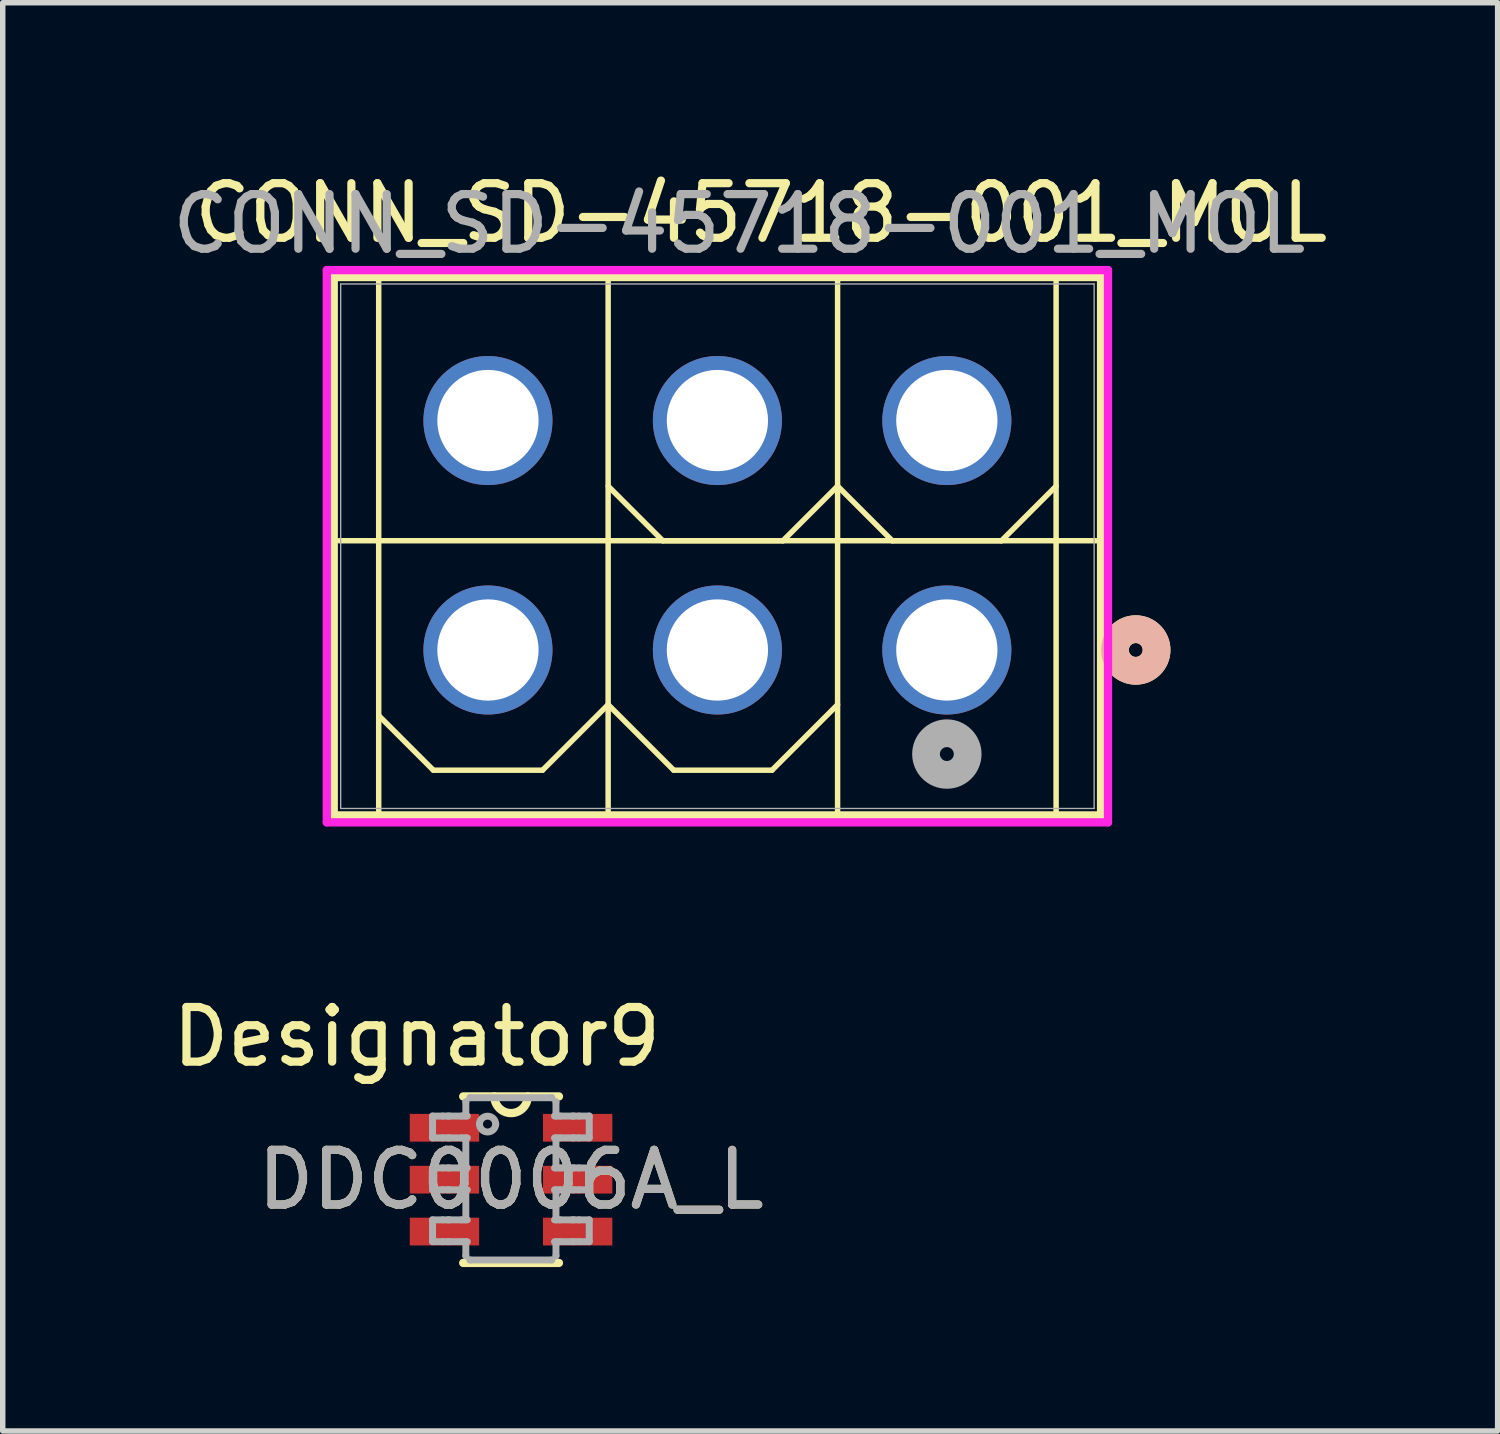
<source format=kicad_pcb>
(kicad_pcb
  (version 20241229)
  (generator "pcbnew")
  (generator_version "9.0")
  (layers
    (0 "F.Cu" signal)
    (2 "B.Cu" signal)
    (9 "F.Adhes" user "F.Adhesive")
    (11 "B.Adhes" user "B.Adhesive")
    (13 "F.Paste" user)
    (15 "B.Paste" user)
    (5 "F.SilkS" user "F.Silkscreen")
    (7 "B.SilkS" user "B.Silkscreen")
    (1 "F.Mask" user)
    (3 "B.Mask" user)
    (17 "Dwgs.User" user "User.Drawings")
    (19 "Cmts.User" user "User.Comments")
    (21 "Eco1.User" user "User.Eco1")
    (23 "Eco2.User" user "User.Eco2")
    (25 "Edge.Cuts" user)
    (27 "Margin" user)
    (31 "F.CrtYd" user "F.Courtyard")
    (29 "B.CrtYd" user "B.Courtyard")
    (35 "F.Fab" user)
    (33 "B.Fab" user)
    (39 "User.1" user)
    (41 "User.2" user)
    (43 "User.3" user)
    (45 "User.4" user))
  (footprint "CONN_SD-45718-001_MOL"
    (layer "F.Cu")
    (at 14.282 8.848)
    (property "Reference" "CONN_SD-45718-001_MOL" (at -3.4 -8 0) (unlocked yes) (layer "F.SilkS") (effects (font (size 1 1) (thickness 0.15))))
    (attr through_hole)
    (fp_line (start -11.223 -6.827) (end -11.223 3.028) (stroke (width 0.152) (type solid)) (layer "F.SilkS"))
    (fp_line (start -11.223 3.028) (end 2.823 3.028) (stroke (width 0.152) (type solid)) (layer "F.SilkS"))
    (fp_line (start -11.123 -2) (end 2.8 -2) (stroke (width 0.1) (type default)) (layer "F.SilkS"))
    (fp_line (start -10.4 1.2) (end -9.4 2.2) (stroke (width 0.1) (type default)) (layer "F.SilkS"))
    (fp_line (start -10.4 3) (end -10.4 -6.8) (stroke (width 0.1) (type default)) (layer "F.SilkS"))
    (fp_line (start -9.4 2.2) (end -7.4 2.2) (stroke (width 0.1) (type default)) (layer "F.SilkS"))
    (fp_line (start -7.4 2.2) (end -6.2 1) (stroke (width 0.1) (type default)) (layer "F.SilkS"))
    (fp_line (start -6.2 -6.8) (end -6.2 3) (stroke (width 0.1) (type default)) (layer "F.SilkS"))
    (fp_line (start -6.2 -3) (end -5.2 -2) (stroke (width 0.1) (type default)) (layer "F.SilkS"))
    (fp_line (start -6.2 1) (end -5 2.2) (stroke (width 0.1) (type default)) (layer "F.SilkS"))
    (fp_line (start -5.2 -2) (end -3 -2) (stroke (width 0.1) (type default)) (layer "F.SilkS"))
    (fp_line (start -5 2.2) (end -3.2 2.2) (stroke (width 0.1) (type default)) (layer "F.SilkS"))
    (fp_line (start -3.2 2.2) (end -2 1) (stroke (width 0.1) (type default)) (layer "F.SilkS"))
    (fp_line (start -3 -2) (end -2 -3) (stroke (width 0.1) (type default)) (layer "F.SilkS"))
    (fp_line (start -2 -3) (end -1 -2) (stroke (width 0.1) (type default)) (layer "F.SilkS"))
    (fp_line (start -2 3) (end -2 -6.8) (stroke (width 0.1) (type default)) (layer "F.SilkS"))
    (fp_line (start -1 -2) (end 1 -2) (stroke (width 0.1) (type default)) (layer "F.SilkS"))
    (fp_line (start 1 -2) (end 2 -3) (stroke (width 0.1) (type default)) (layer "F.SilkS"))
    (fp_line (start 2 -6.8) (end 2 3) (stroke (width 0.1) (type default)) (layer "F.SilkS"))
    (fp_line (start 2.823 -6.827) (end -11.223 -6.827) (stroke (width 0.152) (type solid)) (layer "F.SilkS"))
    (fp_line (start 2.823 3.028) (end 2.823 -6.827) (stroke (width 0.152) (type solid)) (layer "F.SilkS"))
    (fp_circle (center 3.458 0) (end 3.839 0) (stroke (width 0.508) (type solid)) (fill no) (layer "F.SilkS"))
    (fp_circle (center 3.458 0) (end 3.839 0) (stroke (width 0.508) (type solid)) (fill no) (layer "B.SilkS"))
    (fp_line (start -11.35 -6.954) (end -11.35 3.155) (stroke (width 0.152) (type solid)) (layer "F.CrtYd"))
    (fp_line (start -11.35 3.155) (end 2.95 3.155) (stroke (width 0.152) (type solid)) (layer "F.CrtYd"))
    (fp_line (start 2.95 -6.954) (end -11.35 -6.954) (stroke (width 0.152) (type solid)) (layer "F.CrtYd"))
    (fp_line (start 2.95 3.155) (end 2.95 -6.954) (stroke (width 0.152) (type solid)) (layer "F.CrtYd"))
    (fp_line (start -11.096 -6.7) (end -11.096 2.901) (stroke (width 0.025) (type solid)) (layer "F.Fab"))
    (fp_line (start -11.096 2.901) (end 2.696 2.901) (stroke (width 0.025) (type solid)) (layer "F.Fab"))
    (fp_line (start 2.696 -6.7) (end -11.096 -6.7) (stroke (width 0.025) (type solid)) (layer "F.Fab"))
    (fp_line (start 2.696 2.901) (end 2.696 -6.7) (stroke (width 0.025) (type solid)) (layer "F.Fab"))
    (fp_circle (center 0 1.905) (end 0.381 1.905) (stroke (width 0.508) (type solid)) (fill no) (layer "F.Fab"))
    (fp_text user "${REFERENCE}" (at -3.8 -7.8 0) (unlocked yes) (layer "F.Fab") (effects (font (size 1 1) (thickness 0.15))))
    (pad "1" thru_hole circle (at 0 0) (size 2.362 2.362) (drill 1.854) (layers "*.Cu" "*.Mask"))
    (pad "2" thru_hole circle (at -4.2 0) (size 2.362 2.362) (drill 1.854) (layers "*.Cu" "*.Mask"))
    (pad "3" thru_hole circle (at -8.4 0) (size 2.362 2.362) (drill 1.854) (layers "*.Cu" "*.Mask"))
    (pad "4" thru_hole circle (at 0 -4.2) (size 2.362 2.362) (drill 1.854) (layers "*.Cu" "*.Mask"))
    (pad "5" thru_hole circle (at -4.2 -4.2) (size 2.362 2.362) (drill 1.854) (layers "*.Cu" "*.Mask"))
    (pad "6" thru_hole circle (at -8.4 -4.2) (size 2.362 2.362) (drill 1.854) (layers "*.Cu" "*.Mask")))
  (footprint "DDC0006A_L"
    (layer "F.Cu")
    (at 6.305 18.544)
    (property "Reference" "DDC0006A_L" (at 0 0 0) (unlocked yes) (layer "F.SilkS") (effects (font (size 1 1) (thickness 0.15))))
    (attr smd)
    (fp_line (start -0.876 -1.524) (end 0.876 -1.524) (stroke (width 0.152) (type solid)) (layer "F.SilkS"))
    (fp_line (start -0.876 1.524) (end 0.876 1.524) (stroke (width 0.152) (type solid)) (layer "F.SilkS"))
    (fp_arc (start 0.3048 -1.524) (mid 0 -1.2192) (end -0.3048 -1.524) (stroke (width 0.1524) (type solid)) (layer "F.SilkS"))
    (fp_line (start -1.437 -1.165) (end -1.251 -1.165) (stroke (width 0.127) (type solid)) (layer "F.Fab"))
    (fp_line (start -1.437 -0.765) (end -1.437 -1.165) (stroke (width 0.127) (type solid)) (layer "F.Fab"))
    (fp_line (start -1.437 -0.765) (end -1.251 -0.765) (stroke (width 0.127) (type solid)) (layer "F.Fab"))
    (fp_line (start -1.437 -0.215) (end -1.251 -0.215) (stroke (width 0.127) (type solid)) (layer "F.Fab"))
    (fp_line (start -1.437 0.185) (end -1.437 -0.215) (stroke (width 0.127) (type solid)) (layer "F.Fab"))
    (fp_line (start -1.437 0.185) (end -1.251 0.185) (stroke (width 0.127) (type solid)) (layer "F.Fab"))
    (fp_line (start -1.437 0.735) (end -1.251 0.735) (stroke (width 0.127) (type solid)) (layer "F.Fab"))
    (fp_line (start -1.437 1.135) (end -1.437 0.735) (stroke (width 0.127) (type solid)) (layer "F.Fab"))
    (fp_line (start -1.437 1.135) (end -1.251 1.135) (stroke (width 0.127) (type solid)) (layer "F.Fab"))
    (fp_line (start -1.251 -1.165) (end -1.159 -1.165) (stroke (width 0.127) (type solid)) (layer "F.Fab"))
    (fp_line (start -1.251 -0.765) (end -1.159 -0.765) (stroke (width 0.127) (type solid)) (layer "F.Fab"))
    (fp_line (start -1.251 -0.215) (end -1.159 -0.215) (stroke (width 0.127) (type solid)) (layer "F.Fab"))
    (fp_line (start -1.251 0.185) (end -1.159 0.185) (stroke (width 0.127) (type solid)) (layer "F.Fab"))
    (fp_line (start -1.251 0.735) (end -1.159 0.735) (stroke (width 0.127) (type solid)) (layer "F.Fab"))
    (fp_line (start -1.251 1.135) (end -1.159 1.135) (stroke (width 0.127) (type solid)) (layer "F.Fab"))
    (fp_line (start -1.159 -1.165) (end -1.128 -1.165) (stroke (width 0.127) (type solid)) (layer "F.Fab"))
    (fp_line (start -1.159 -0.765) (end -1.128 -0.765) (stroke (width 0.127) (type solid)) (layer "F.Fab"))
    (fp_line (start -1.159 -0.215) (end -1.128 -0.215) (stroke (width 0.127) (type solid)) (layer "F.Fab"))
    (fp_line (start -1.159 0.185) (end -1.128 0.185) (stroke (width 0.127) (type solid)) (layer "F.Fab"))
    (fp_line (start -1.159 0.735) (end -1.128 0.735) (stroke (width 0.127) (type solid)) (layer "F.Fab"))
    (fp_line (start -1.159 1.135) (end -1.128 1.135) (stroke (width 0.127) (type solid)) (layer "F.Fab"))
    (fp_line (start -1.128 -1.165) (end -0.903 -1.165) (stroke (width 0.127) (type solid)) (layer "F.Fab"))
    (fp_line (start -1.128 -0.765) (end -0.903 -0.765) (stroke (width 0.127) (type solid)) (layer "F.Fab"))
    (fp_line (start -1.128 -0.215) (end -0.903 -0.215) (stroke (width 0.127) (type solid)) (layer "F.Fab"))
    (fp_line (start -1.128 0.185) (end -0.903 0.185) (stroke (width 0.127) (type solid)) (layer "F.Fab"))
    (fp_line (start -1.128 0.735) (end -0.903 0.735) (stroke (width 0.127) (type solid)) (layer "F.Fab"))
    (fp_line (start -1.128 1.135) (end -0.903 1.135) (stroke (width 0.127) (type solid)) (layer "F.Fab"))
    (fp_line (start -0.903 -1.165) (end -0.801 -1.165) (stroke (width 0.127) (type solid)) (layer "F.Fab"))
    (fp_line (start -0.903 -0.765) (end -0.801 -0.765) (stroke (width 0.127) (type solid)) (layer "F.Fab"))
    (fp_line (start -0.903 -0.215) (end -0.801 -0.215) (stroke (width 0.127) (type solid)) (layer "F.Fab"))
    (fp_line (start -0.903 0.185) (end -0.801 0.185) (stroke (width 0.127) (type solid)) (layer "F.Fab"))
    (fp_line (start -0.903 0.735) (end -0.801 0.735) (stroke (width 0.127) (type solid)) (layer "F.Fab"))
    (fp_line (start -0.903 1.135) (end -0.801 1.135) (stroke (width 0.127) (type solid)) (layer "F.Fab"))
    (fp_line (start -0.828 -1.422) (end -0.828 -1.426) (stroke (width 0.127) (type solid)) (layer "F.Fab"))
    (fp_line (start -0.828 -1.165) (end -0.828 -1.422) (stroke (width 0.127) (type solid)) (layer "F.Fab"))
    (fp_line (start -0.828 -0.215) (end -0.828 -0.765) (stroke (width 0.127) (type solid)) (layer "F.Fab"))
    (fp_line (start -0.828 0.735) (end -0.828 0.185) (stroke (width 0.127) (type solid)) (layer "F.Fab"))
    (fp_line (start -0.828 1.392) (end -0.828 1.135) (stroke (width 0.127) (type solid)) (layer "F.Fab"))
    (fp_line (start -0.828 1.395) (end -0.828 1.392) (stroke (width 0.127) (type solid)) (layer "F.Fab"))
    (fp_line (start -0.754 -1.5) (end -0.75 -1.5) (stroke (width 0.127) (type solid)) (layer "F.Fab"))
    (fp_line (start -0.754 1.47) (end -0.75 1.47) (stroke (width 0.127) (type solid)) (layer "F.Fab"))
    (fp_line (start -0.75 -1.5) (end 0.743 -1.5) (stroke (width 0.127) (type solid)) (layer "F.Fab"))
    (fp_line (start -0.75 1.47) (end 0.743 1.47) (stroke (width 0.127) (type solid)) (layer "F.Fab"))
    (fp_line (start 0.743 -1.5) (end 0.747 -1.5) (stroke (width 0.127) (type solid)) (layer "F.Fab"))
    (fp_line (start 0.743 1.47) (end 0.747 1.47) (stroke (width 0.127) (type solid)) (layer "F.Fab"))
    (fp_line (start 0.795 -1.165) (end 0.896 -1.165) (stroke (width 0.127) (type solid)) (layer "F.Fab"))
    (fp_line (start 0.795 -0.765) (end 0.896 -0.765) (stroke (width 0.127) (type solid)) (layer "F.Fab"))
    (fp_line (start 0.795 -0.215) (end 0.896 -0.215) (stroke (width 0.127) (type solid)) (layer "F.Fab"))
    (fp_line (start 0.795 0.185) (end 0.896 0.185) (stroke (width 0.127) (type solid)) (layer "F.Fab"))
    (fp_line (start 0.795 0.735) (end 0.896 0.735) (stroke (width 0.127) (type solid)) (layer "F.Fab"))
    (fp_line (start 0.795 1.135) (end 0.896 1.135) (stroke (width 0.127) (type solid)) (layer "F.Fab"))
    (fp_line (start 0.822 -1.422) (end 0.822 -1.426) (stroke (width 0.127) (type solid)) (layer "F.Fab"))
    (fp_line (start 0.822 -1.165) (end 0.822 -1.422) (stroke (width 0.127) (type solid)) (layer "F.Fab"))
    (fp_line (start 0.822 -0.215) (end 0.822 -0.765) (stroke (width 0.127) (type solid)) (layer "F.Fab"))
    (fp_line (start 0.822 0.735) (end 0.822 0.185) (stroke (width 0.127) (type solid)) (layer "F.Fab"))
    (fp_line (start 0.822 1.392) (end 0.822 1.135) (stroke (width 0.127) (type solid)) (layer "F.Fab"))
    (fp_line (start 0.822 1.395) (end 0.822 1.392) (stroke (width 0.127) (type solid)) (layer "F.Fab"))
    (fp_line (start 0.896 -1.165) (end 1.122 -1.165) (stroke (width 0.127) (type solid)) (layer "F.Fab"))
    (fp_line (start 0.896 -0.765) (end 1.122 -0.765) (stroke (width 0.127) (type solid)) (layer "F.Fab"))
    (fp_line (start 0.896 -0.215) (end 1.122 -0.215) (stroke (width 0.127) (type solid)) (layer "F.Fab"))
    (fp_line (start 0.896 0.185) (end 1.122 0.185) (stroke (width 0.127) (type solid)) (layer "F.Fab"))
    (fp_line (start 0.896 0.735) (end 1.122 0.735) (stroke (width 0.127) (type solid)) (layer "F.Fab"))
    (fp_line (start 0.896 1.135) (end 1.122 1.135) (stroke (width 0.127) (type solid)) (layer "F.Fab"))
    (fp_line (start 1.122 -1.165) (end 1.152 -1.165) (stroke (width 0.127) (type solid)) (layer "F.Fab"))
    (fp_line (start 1.122 -0.765) (end 1.152 -0.765) (stroke (width 0.127) (type solid)) (layer "F.Fab"))
    (fp_line (start 1.122 -0.215) (end 1.152 -0.215) (stroke (width 0.127) (type solid)) (layer "F.Fab"))
    (fp_line (start 1.122 0.185) (end 1.152 0.185) (stroke (width 0.127) (type solid)) (layer "F.Fab"))
    (fp_line (start 1.122 0.735) (end 1.152 0.735) (stroke (width 0.127) (type solid)) (layer "F.Fab"))
    (fp_line (start 1.122 1.135) (end 1.152 1.135) (stroke (width 0.127) (type solid)) (layer "F.Fab"))
    (fp_line (start 1.152 -1.165) (end 1.245 -1.165) (stroke (width 0.127) (type solid)) (layer "F.Fab"))
    (fp_line (start 1.152 -0.765) (end 1.245 -0.765) (stroke (width 0.127) (type solid)) (layer "F.Fab"))
    (fp_line (start 1.152 -0.215) (end 1.245 -0.215) (stroke (width 0.127) (type solid)) (layer "F.Fab"))
    (fp_line (start 1.152 0.185) (end 1.245 0.185) (stroke (width 0.127) (type solid)) (layer "F.Fab"))
    (fp_line (start 1.152 0.735) (end 1.245 0.735) (stroke (width 0.127) (type solid)) (layer "F.Fab"))
    (fp_line (start 1.152 1.135) (end 1.245 1.135) (stroke (width 0.127) (type solid)) (layer "F.Fab"))
    (fp_line (start 1.245 -1.165) (end 1.431 -1.165) (stroke (width 0.127) (type solid)) (layer "F.Fab"))
    (fp_line (start 1.245 -0.765) (end 1.431 -0.765) (stroke (width 0.127) (type solid)) (layer "F.Fab"))
    (fp_line (start 1.245 -0.215) (end 1.431 -0.215) (stroke (width 0.127) (type solid)) (layer "F.Fab"))
    (fp_line (start 1.245 0.185) (end 1.431 0.185) (stroke (width 0.127) (type solid)) (layer "F.Fab"))
    (fp_line (start 1.245 0.735) (end 1.431 0.735) (stroke (width 0.127) (type solid)) (layer "F.Fab"))
    (fp_line (start 1.245 1.135) (end 1.431 1.135) (stroke (width 0.127) (type solid)) (layer "F.Fab"))
    (fp_line (start 1.431 -0.765) (end 1.431 -1.165) (stroke (width 0.127) (type solid)) (layer "F.Fab"))
    (fp_line (start 1.431 0.185) (end 1.431 -0.215) (stroke (width 0.127) (type solid)) (layer "F.Fab"))
    (fp_line (start 1.431 1.135) (end 1.431 0.735) (stroke (width 0.127) (type solid)) (layer "F.Fab"))
    (fp_arc (start -0.578322 -1.017679) (mid -0.429542 -1.166459) (end -0.280761 -1.017679) (stroke (width 0.127) (type solid)) (layer "F.Fab"))
    (fp_arc (start -0.280761 -1.017679) (mid -0.429542 -0.868898) (end -0.578322 -1.017679) (stroke (width 0.127) (type solid)) (layer "F.Fab"))
    (fp_text user "Designator9" (at -1.727 -2.616 0) (unlocked yes) (layer "F.SilkS") (effects (font (size 1 1) (thickness 0.15))))
    (fp_text user "${REFERENCE}" (at 0 0 0) (unlocked yes) (layer "F.Fab") (effects (font (size 1 1) (thickness 0.15))))
    (pad "1" smd rect (at -1.219 -0.95) (size 1.27 0.508) (layers "F.Cu" "F.Mask" "F.Paste"))
    (pad "2" smd rect (at -1.219 0) (size 1.27 0.508) (layers "F.Cu" "F.Mask" "F.Paste"))
    (pad "3" smd rect (at -1.219 0.95) (size 1.27 0.508) (layers "F.Cu" "F.Mask" "F.Paste"))
    (pad "4" smd rect (at 1.219 0.95) (size 1.27 0.508) (layers "F.Cu" "F.Mask" "F.Paste"))
    (pad "5" smd rect (at 1.219 0) (size 1.27 0.508) (layers "F.Cu" "F.Mask" "F.Paste"))
    (pad "6" smd rect (at 1.219 -0.95) (size 1.27 0.508) (layers "F.Cu" "F.Mask" "F.Paste")))
  (gr_rect
    (start -3 -3)
    (end 24.364 23.144)
    (stroke (width 0.1) (type default))
    (fill no)
    (layer "Edge.Cuts")))
</source>
